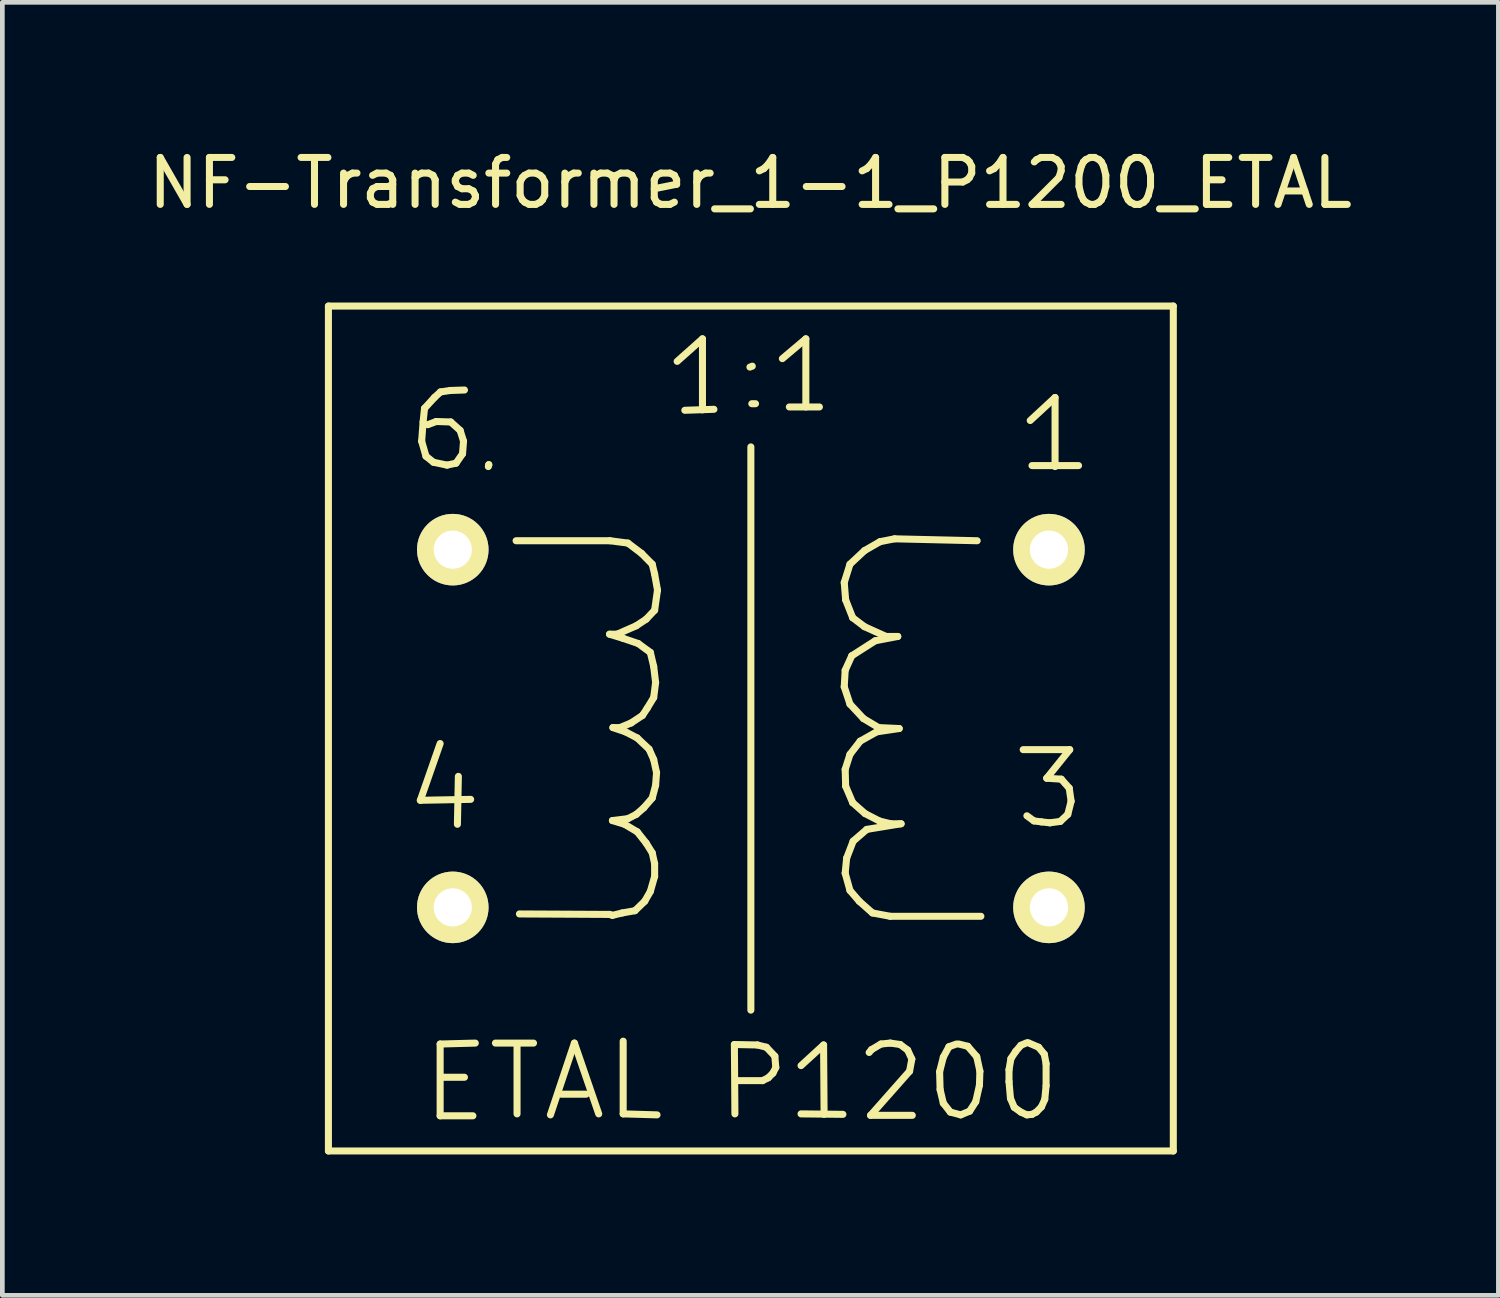
<source format=kicad_pcb>
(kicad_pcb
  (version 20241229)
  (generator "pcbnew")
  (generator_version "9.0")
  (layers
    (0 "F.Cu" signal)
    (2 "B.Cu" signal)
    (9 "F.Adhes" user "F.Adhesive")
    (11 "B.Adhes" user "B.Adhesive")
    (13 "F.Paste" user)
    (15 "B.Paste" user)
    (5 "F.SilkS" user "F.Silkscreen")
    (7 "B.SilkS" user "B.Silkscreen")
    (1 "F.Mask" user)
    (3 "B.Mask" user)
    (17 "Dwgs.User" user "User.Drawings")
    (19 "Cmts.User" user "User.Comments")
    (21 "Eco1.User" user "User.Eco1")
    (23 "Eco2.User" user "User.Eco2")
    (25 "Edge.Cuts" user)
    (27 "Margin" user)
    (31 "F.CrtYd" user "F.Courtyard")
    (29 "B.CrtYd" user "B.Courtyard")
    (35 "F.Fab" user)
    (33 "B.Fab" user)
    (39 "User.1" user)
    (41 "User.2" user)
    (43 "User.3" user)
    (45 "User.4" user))
  (footprint "NF-Transformer_1-1_P1200_ETAL"
    (layer "F.Cu")
    (at 12.945 12.469)
    (property "Reference" "NF-Transformer_1-1_P1200_ETAL" (at -0.01 -11.62 0) (layer "F.SilkS") (effects (font (size 1 1) (thickness 0.15))))
    (attr through_hole)
    (fp_line (start -8.999 -8.999) (end -8.999 8.999) (stroke (width 0.15) (type solid)) (layer "F.SilkS"))
    (fp_line (start -8.999 8.999) (end 8.999 8.999) (stroke (width 0.15) (type solid)) (layer "F.SilkS"))
    (fp_line (start -7.041 1.529) (end -5.969 1.509) (stroke (width 0.15) (type solid)) (layer "F.SilkS"))
    (fp_line (start -7.013 -6.121) (end -6.921 -5.801) (stroke (width 0.15) (type solid)) (layer "F.SilkS"))
    (fp_line (start -6.982 -6.53) (end -7.013 -6.121) (stroke (width 0.15) (type solid)) (layer "F.SilkS"))
    (fp_line (start -6.952 -6.82) (end -6.982 -6.53) (stroke (width 0.15) (type solid)) (layer "F.SilkS"))
    (fp_line (start -6.921 -5.801) (end -6.761 -5.672) (stroke (width 0.15) (type solid)) (layer "F.SilkS"))
    (fp_line (start -6.761 -5.672) (end -6.472 -5.611) (stroke (width 0.15) (type solid)) (layer "F.SilkS"))
    (fp_line (start -6.741 -7.051) (end -6.952 -6.82) (stroke (width 0.15) (type solid)) (layer "F.SilkS"))
    (fp_line (start -6.703 -6.54) (end -6.883 -6.472) (stroke (width 0.15) (type solid)) (layer "F.SilkS"))
    (fp_line (start -6.619 0.32) (end -7.041 1.529) (stroke (width 0.15) (type solid)) (layer "F.SilkS"))
    (fp_line (start -6.619 6.721) (end -6.619 8.25) (stroke (width 0.15) (type solid)) (layer "F.SilkS"))
    (fp_line (start -6.619 8.25) (end -5.921 8.25) (stroke (width 0.15) (type solid)) (layer "F.SilkS"))
    (fp_line (start -6.612 -7.17) (end -6.741 -7.051) (stroke (width 0.15) (type solid)) (layer "F.SilkS"))
    (fp_line (start -6.551 7.429) (end -6.101 7.429) (stroke (width 0.15) (type solid)) (layer "F.SilkS"))
    (fp_line (start -6.472 -5.611) (end -6.281 -5.652) (stroke (width 0.15) (type solid)) (layer "F.SilkS"))
    (fp_line (start -6.403 -7.201) (end -6.612 -7.17) (stroke (width 0.15) (type solid)) (layer "F.SilkS"))
    (fp_line (start -6.393 -6.53) (end -6.703 -6.54) (stroke (width 0.15) (type solid)) (layer "F.SilkS"))
    (fp_line (start -6.281 -5.652) (end -6.142 -5.852) (stroke (width 0.15) (type solid)) (layer "F.SilkS"))
    (fp_line (start -6.231 1.019) (end -6.251 2.04) (stroke (width 0.15) (type solid)) (layer "F.SilkS"))
    (fp_line (start -6.193 -6.35) (end -6.393 -6.53) (stroke (width 0.15) (type solid)) (layer "F.SilkS"))
    (fp_line (start -6.142 -5.852) (end -6.121 -6.121) (stroke (width 0.15) (type solid)) (layer "F.SilkS"))
    (fp_line (start -6.121 -6.121) (end -6.193 -6.35) (stroke (width 0.15) (type solid)) (layer "F.SilkS"))
    (fp_line (start -6.101 -7.211) (end -6.403 -7.201) (stroke (width 0.15) (type solid)) (layer "F.SilkS"))
    (fp_line (start -5.87 6.701) (end -6.619 6.721) (stroke (width 0.15) (type solid)) (layer "F.SilkS"))
    (fp_line (start -5.593 -5.58) (end -5.583 -5.621) (stroke (width 0.15) (type solid)) (layer "F.SilkS"))
    (fp_line (start -5.583 -5.621) (end -5.583 -5.611) (stroke (width 0.15) (type solid)) (layer "F.SilkS"))
    (fp_line (start -5.441 6.701) (end -4.63 6.701) (stroke (width 0.15) (type solid)) (layer "F.SilkS"))
    (fp_line (start -5.001 -4) (end -3 -4) (stroke (width 0.15) (type solid)) (layer "F.SilkS"))
    (fp_line (start -4.981 8.209) (end -4.981 6.741) (stroke (width 0.15) (type solid)) (layer "F.SilkS"))
    (fp_line (start -4.27 8.23) (end -3.759 6.701) (stroke (width 0.15) (type solid)) (layer "F.SilkS"))
    (fp_line (start -4.041 7.79) (end -3.51 7.79) (stroke (width 0.15) (type solid)) (layer "F.SilkS"))
    (fp_line (start -3.759 6.701) (end -3.241 8.209) (stroke (width 0.15) (type solid)) (layer "F.SilkS"))
    (fp_line (start -3.01 -2.009) (end -2.72 -1.92) (stroke (width 0.15) (type solid)) (layer "F.SilkS"))
    (fp_line (start -3.01 3.96) (end -4.93 3.95) (stroke (width 0.15) (type solid)) (layer "F.SilkS"))
    (fp_line (start -3 -4) (end -2.619 -3.95) (stroke (width 0.15) (type solid)) (layer "F.SilkS"))
    (fp_line (start -2.949 1.961) (end -2.69 2.04) (stroke (width 0.15) (type solid)) (layer "F.SilkS"))
    (fp_line (start -2.949 3.98) (end -3.01 3.96) (stroke (width 0.15) (type solid)) (layer "F.SilkS"))
    (fp_line (start -2.939 -0.02) (end -2.67 0.071) (stroke (width 0.15) (type solid)) (layer "F.SilkS"))
    (fp_line (start -2.85 -2.009) (end -3.01 -2.009) (stroke (width 0.15) (type solid)) (layer "F.SilkS"))
    (fp_line (start -2.789 -0.02) (end -2.939 -0.02) (stroke (width 0.15) (type solid)) (layer "F.SilkS"))
    (fp_line (start -2.741 3.929) (end -2.949 3.98) (stroke (width 0.15) (type solid)) (layer "F.SilkS"))
    (fp_line (start -2.72 -1.92) (end -2.4 -1.811) (stroke (width 0.15) (type solid)) (layer "F.SilkS"))
    (fp_line (start -2.72 6.66) (end -2.72 8.209) (stroke (width 0.15) (type solid)) (layer "F.SilkS"))
    (fp_line (start -2.72 8.209) (end -1.999 8.23) (stroke (width 0.15) (type solid)) (layer "F.SilkS"))
    (fp_line (start -2.69 2.04) (end -2.421 2.2) (stroke (width 0.15) (type solid)) (layer "F.SilkS"))
    (fp_line (start -2.67 0.071) (end -2.421 0.201) (stroke (width 0.15) (type solid)) (layer "F.SilkS"))
    (fp_line (start -2.619 -3.95) (end -2.329 -3.731) (stroke (width 0.15) (type solid)) (layer "F.SilkS"))
    (fp_line (start -2.619 1.92) (end -2.949 1.961) (stroke (width 0.15) (type solid)) (layer "F.SilkS"))
    (fp_line (start -2.55 -0.119) (end -2.789 -0.02) (stroke (width 0.15) (type solid)) (layer "F.SilkS"))
    (fp_line (start -2.469 3.881) (end -2.741 3.929) (stroke (width 0.15) (type solid)) (layer "F.SilkS"))
    (fp_line (start -2.441 -2.189) (end -2.85 -2.009) (stroke (width 0.15) (type solid)) (layer "F.SilkS"))
    (fp_line (start -2.441 1.829) (end -2.619 1.92) (stroke (width 0.15) (type solid)) (layer "F.SilkS"))
    (fp_line (start -2.421 0.201) (end -2.169 0.439) (stroke (width 0.15) (type solid)) (layer "F.SilkS"))
    (fp_line (start -2.421 2.2) (end -2.23 2.441) (stroke (width 0.15) (type solid)) (layer "F.SilkS"))
    (fp_line (start -2.4 -1.811) (end -2.141 -1.621) (stroke (width 0.15) (type solid)) (layer "F.SilkS"))
    (fp_line (start -2.329 -3.731) (end -2.101 -3.5) (stroke (width 0.15) (type solid)) (layer "F.SilkS"))
    (fp_line (start -2.309 -0.279) (end -2.55 -0.119) (stroke (width 0.15) (type solid)) (layer "F.SilkS"))
    (fp_line (start -2.281 1.689) (end -2.441 1.829) (stroke (width 0.15) (type solid)) (layer "F.SilkS"))
    (fp_line (start -2.261 3.68) (end -2.469 3.881) (stroke (width 0.15) (type solid)) (layer "F.SilkS"))
    (fp_line (start -2.23 -2.329) (end -2.441 -2.189) (stroke (width 0.15) (type solid)) (layer "F.SilkS"))
    (fp_line (start -2.23 2.441) (end -2.101 2.649) (stroke (width 0.15) (type solid)) (layer "F.SilkS"))
    (fp_line (start -2.21 -0.429) (end -2.309 -0.279) (stroke (width 0.15) (type solid)) (layer "F.SilkS"))
    (fp_line (start -2.169 0.439) (end -2.07 0.66) (stroke (width 0.15) (type solid)) (layer "F.SilkS"))
    (fp_line (start -2.141 -1.621) (end -2.07 -1.321) (stroke (width 0.15) (type solid)) (layer "F.SilkS"))
    (fp_line (start -2.141 3.47) (end -2.261 3.68) (stroke (width 0.15) (type solid)) (layer "F.SilkS"))
    (fp_line (start -2.101 -3.5) (end -2.05 -3.289) (stroke (width 0.15) (type solid)) (layer "F.SilkS"))
    (fp_line (start -2.101 1.481) (end -2.281 1.689) (stroke (width 0.15) (type solid)) (layer "F.SilkS"))
    (fp_line (start -2.101 2.649) (end -2.05 2.88) (stroke (width 0.15) (type solid)) (layer "F.SilkS"))
    (fp_line (start -2.07 -1.321) (end -2.029 -0.98) (stroke (width 0.15) (type solid)) (layer "F.SilkS"))
    (fp_line (start -2.07 -0.66) (end -2.21 -0.429) (stroke (width 0.15) (type solid)) (layer "F.SilkS"))
    (fp_line (start -2.07 0.66) (end -2.009 0.94) (stroke (width 0.15) (type solid)) (layer "F.SilkS"))
    (fp_line (start -2.05 -3.289) (end -1.989 -2.949) (stroke (width 0.15) (type solid)) (layer "F.SilkS"))
    (fp_line (start -2.05 -2.52) (end -2.23 -2.329) (stroke (width 0.15) (type solid)) (layer "F.SilkS"))
    (fp_line (start -2.05 2.88) (end -2.05 3.15) (stroke (width 0.15) (type solid)) (layer "F.SilkS"))
    (fp_line (start -2.05 3.15) (end -2.141 3.47) (stroke (width 0.15) (type solid)) (layer "F.SilkS"))
    (fp_line (start -2.029 -0.98) (end -2.07 -0.66) (stroke (width 0.15) (type solid)) (layer "F.SilkS"))
    (fp_line (start -2.029 1.209) (end -2.101 1.481) (stroke (width 0.15) (type solid)) (layer "F.SilkS"))
    (fp_line (start -2.009 0.94) (end -2.029 1.209) (stroke (width 0.15) (type solid)) (layer "F.SilkS"))
    (fp_line (start -1.989 -2.949) (end -2.05 -2.52) (stroke (width 0.15) (type solid)) (layer "F.SilkS"))
    (fp_line (start -1.57 -7.821) (end -1.031 -8.301) (stroke (width 0.15) (type solid)) (layer "F.SilkS"))
    (fp_line (start -1.407 -6.779) (end -0.787 -6.8) (stroke (width 0.15) (type solid)) (layer "F.SilkS"))
    (fp_line (start -1.031 -8.301) (end -1.031 -6.789) (stroke (width 0.15) (type solid)) (layer "F.SilkS"))
    (fp_line (start -0.351 6.731) (end 0.14 6.741) (stroke (width 0.15) (type solid)) (layer "F.SilkS"))
    (fp_line (start -0.34 8.209) (end -0.351 6.731) (stroke (width 0.15) (type solid)) (layer "F.SilkS"))
    (fp_line (start 0 -5.999) (end 0 5.999) (stroke (width 0.15) (type solid)) (layer "F.SilkS"))
    (fp_line (start 0.03 -7.719) (end -0.02 -7.699) (stroke (width 0.15) (type solid)) (layer "F.SilkS"))
    (fp_line (start 0.099 -6.919) (end 0.02 -6.919) (stroke (width 0.15) (type solid)) (layer "F.SilkS"))
    (fp_line (start 0.14 6.741) (end 0.33 6.789) (stroke (width 0.15) (type solid)) (layer "F.SilkS"))
    (fp_line (start 0.249 7.501) (end -0.269 7.501) (stroke (width 0.15) (type solid)) (layer "F.SilkS"))
    (fp_line (start 0.33 6.789) (end 0.511 6.98) (stroke (width 0.15) (type solid)) (layer "F.SilkS"))
    (fp_line (start 0.371 7.44) (end 0.249 7.501) (stroke (width 0.15) (type solid)) (layer "F.SilkS"))
    (fp_line (start 0.47 7.341) (end 0.371 7.44) (stroke (width 0.15) (type solid)) (layer "F.SilkS"))
    (fp_line (start 0.511 6.98) (end 0.531 7.221) (stroke (width 0.15) (type solid)) (layer "F.SilkS"))
    (fp_line (start 0.531 7.221) (end 0.47 7.341) (stroke (width 0.15) (type solid)) (layer "F.SilkS"))
    (fp_line (start 0.671 -7.879) (end 1.171 -8.301) (stroke (width 0.15) (type solid)) (layer "F.SilkS"))
    (fp_line (start 0.82 -6.85) (end 1.46 -6.85) (stroke (width 0.15) (type solid)) (layer "F.SilkS"))
    (fp_line (start 1.069 7.181) (end 1.549 6.741) (stroke (width 0.15) (type solid)) (layer "F.SilkS"))
    (fp_line (start 1.069 8.209) (end 1.961 8.219) (stroke (width 0.15) (type solid)) (layer "F.SilkS"))
    (fp_line (start 1.171 -8.301) (end 1.171 -6.85) (stroke (width 0.15) (type solid)) (layer "F.SilkS"))
    (fp_line (start 1.549 6.741) (end 1.56 8.219) (stroke (width 0.15) (type solid)) (layer "F.SilkS"))
    (fp_line (start 1.989 -3.109) (end 2.019 -2.741) (stroke (width 0.15) (type solid)) (layer "F.SilkS"))
    (fp_line (start 1.989 -0.889) (end 2.111 -0.521) (stroke (width 0.15) (type solid)) (layer "F.SilkS"))
    (fp_line (start 2.009 -1.24) (end 1.989 -0.889) (stroke (width 0.15) (type solid)) (layer "F.SilkS"))
    (fp_line (start 2.009 0.871) (end 2.019 1.229) (stroke (width 0.15) (type solid)) (layer "F.SilkS"))
    (fp_line (start 2.009 3.081) (end 2.111 3.449) (stroke (width 0.15) (type solid)) (layer "F.SilkS"))
    (fp_line (start 2.019 -2.741) (end 2.169 -2.36) (stroke (width 0.15) (type solid)) (layer "F.SilkS"))
    (fp_line (start 2.019 1.229) (end 2.169 1.58) (stroke (width 0.15) (type solid)) (layer "F.SilkS"))
    (fp_line (start 2.04 2.761) (end 2.009 3.081) (stroke (width 0.15) (type solid)) (layer "F.SilkS"))
    (fp_line (start 2.111 -3.5) (end 1.989 -3.109) (stroke (width 0.15) (type solid)) (layer "F.SilkS"))
    (fp_line (start 2.111 -0.521) (end 2.4 -0.211) (stroke (width 0.15) (type solid)) (layer "F.SilkS"))
    (fp_line (start 2.111 0.551) (end 2.009 0.871) (stroke (width 0.15) (type solid)) (layer "F.SilkS"))
    (fp_line (start 2.111 3.449) (end 2.309 3.68) (stroke (width 0.15) (type solid)) (layer "F.SilkS"))
    (fp_line (start 2.149 -1.549) (end 2.009 -1.24) (stroke (width 0.15) (type solid)) (layer "F.SilkS"))
    (fp_line (start 2.169 -2.36) (end 2.421 -2.169) (stroke (width 0.15) (type solid)) (layer "F.SilkS"))
    (fp_line (start 2.169 1.58) (end 2.431 1.811) (stroke (width 0.15) (type solid)) (layer "F.SilkS"))
    (fp_line (start 2.179 2.4) (end 2.04 2.761) (stroke (width 0.15) (type solid)) (layer "F.SilkS"))
    (fp_line (start 2.309 3.68) (end 2.591 3.929) (stroke (width 0.15) (type solid)) (layer "F.SilkS"))
    (fp_line (start 2.329 0.269) (end 2.111 0.551) (stroke (width 0.15) (type solid)) (layer "F.SilkS"))
    (fp_line (start 2.4 -0.211) (end 2.72 -0.02) (stroke (width 0.15) (type solid)) (layer "F.SilkS"))
    (fp_line (start 2.421 -3.79) (end 2.111 -3.5) (stroke (width 0.15) (type solid)) (layer "F.SilkS"))
    (fp_line (start 2.421 -2.169) (end 2.88 -1.961) (stroke (width 0.15) (type solid)) (layer "F.SilkS"))
    (fp_line (start 2.431 1.811) (end 2.741 1.971) (stroke (width 0.15) (type solid)) (layer "F.SilkS"))
    (fp_line (start 2.469 2.149) (end 2.179 2.4) (stroke (width 0.15) (type solid)) (layer "F.SilkS"))
    (fp_line (start 2.52 6.901) (end 2.57 6.84) (stroke (width 0.15) (type solid)) (layer "F.SilkS"))
    (fp_line (start 2.55 8.24) (end 3.439 8.24) (stroke (width 0.15) (type solid)) (layer "F.SilkS"))
    (fp_line (start 2.57 6.84) (end 2.771 6.721) (stroke (width 0.15) (type solid)) (layer "F.SilkS"))
    (fp_line (start 2.591 3.929) (end 2.969 4) (stroke (width 0.15) (type solid)) (layer "F.SilkS"))
    (fp_line (start 2.649 -1.869) (end 2.149 -1.549) (stroke (width 0.15) (type solid)) (layer "F.SilkS"))
    (fp_line (start 2.68 0.071) (end 2.329 0.269) (stroke (width 0.15) (type solid)) (layer "F.SilkS"))
    (fp_line (start 2.72 -0.02) (end 3.16 0) (stroke (width 0.15) (type solid)) (layer "F.SilkS"))
    (fp_line (start 2.741 1.971) (end 2.979 2.029) (stroke (width 0.15) (type solid)) (layer "F.SilkS"))
    (fp_line (start 2.751 -3.98) (end 2.421 -3.79) (stroke (width 0.15) (type solid)) (layer "F.SilkS"))
    (fp_line (start 2.771 6.721) (end 2.969 6.701) (stroke (width 0.15) (type solid)) (layer "F.SilkS"))
    (fp_line (start 2.88 -1.961) (end 3.129 -1.961) (stroke (width 0.15) (type solid)) (layer "F.SilkS"))
    (fp_line (start 2.969 4) (end 4.9 4) (stroke (width 0.15) (type solid)) (layer "F.SilkS"))
    (fp_line (start 2.969 6.701) (end 3.18 6.731) (stroke (width 0.15) (type solid)) (layer "F.SilkS"))
    (fp_line (start 2.979 2.029) (end 3.2 2.029) (stroke (width 0.15) (type solid)) (layer "F.SilkS"))
    (fp_line (start 3.061 -4.041) (end 2.751 -3.98) (stroke (width 0.15) (type solid)) (layer "F.SilkS"))
    (fp_line (start 3.129 -1.961) (end 2.649 -1.869) (stroke (width 0.15) (type solid)) (layer "F.SilkS"))
    (fp_line (start 3.16 0) (end 2.68 0.071) (stroke (width 0.15) (type solid)) (layer "F.SilkS"))
    (fp_line (start 3.18 6.731) (end 3.34 6.85) (stroke (width 0.15) (type solid)) (layer "F.SilkS"))
    (fp_line (start 3.2 2.029) (end 2.469 2.149) (stroke (width 0.15) (type solid)) (layer "F.SilkS"))
    (fp_line (start 3.34 6.85) (end 3.429 7.041) (stroke (width 0.15) (type solid)) (layer "F.SilkS"))
    (fp_line (start 3.381 7.3) (end 2.55 8.24) (stroke (width 0.15) (type solid)) (layer "F.SilkS"))
    (fp_line (start 3.429 7.041) (end 3.381 7.3) (stroke (width 0.15) (type solid)) (layer "F.SilkS"))
    (fp_line (start 4.021 7.31) (end 4.1 7) (stroke (width 0.15) (type solid)) (layer "F.SilkS"))
    (fp_line (start 4.031 7.691) (end 4.021 7.31) (stroke (width 0.15) (type solid)) (layer "F.SilkS"))
    (fp_line (start 4.1 7) (end 4.219 6.779) (stroke (width 0.15) (type solid)) (layer "F.SilkS"))
    (fp_line (start 4.1 7.981) (end 4.031 7.691) (stroke (width 0.15) (type solid)) (layer "F.SilkS"))
    (fp_line (start 4.219 6.779) (end 4.379 6.721) (stroke (width 0.15) (type solid)) (layer "F.SilkS"))
    (fp_line (start 4.249 8.171) (end 4.1 7.981) (stroke (width 0.15) (type solid)) (layer "F.SilkS"))
    (fp_line (start 4.43 6.721) (end 4.62 6.769) (stroke (width 0.15) (type solid)) (layer "F.SilkS"))
    (fp_line (start 4.47 8.23) (end 4.249 8.171) (stroke (width 0.15) (type solid)) (layer "F.SilkS"))
    (fp_line (start 4.62 6.769) (end 4.811 6.99) (stroke (width 0.15) (type solid)) (layer "F.SilkS"))
    (fp_line (start 4.661 8.151) (end 4.47 8.23) (stroke (width 0.15) (type solid)) (layer "F.SilkS"))
    (fp_line (start 4.79 7.95) (end 4.661 8.151) (stroke (width 0.15) (type solid)) (layer "F.SilkS"))
    (fp_line (start 4.811 6.99) (end 4.879 7.3) (stroke (width 0.15) (type solid)) (layer "F.SilkS"))
    (fp_line (start 4.821 -4) (end 3.061 -4.041) (stroke (width 0.15) (type solid)) (layer "F.SilkS"))
    (fp_line (start 4.869 7.6) (end 4.79 7.95) (stroke (width 0.15) (type solid)) (layer "F.SilkS"))
    (fp_line (start 4.879 7.3) (end 4.869 7.6) (stroke (width 0.15) (type solid)) (layer "F.SilkS"))
    (fp_line (start 5.499 7.269) (end 5.54 7.031) (stroke (width 0.15) (type solid)) (layer "F.SilkS"))
    (fp_line (start 5.499 7.521) (end 5.499 7.269) (stroke (width 0.15) (type solid)) (layer "F.SilkS"))
    (fp_line (start 5.53 7.879) (end 5.499 7.521) (stroke (width 0.15) (type solid)) (layer "F.SilkS"))
    (fp_line (start 5.54 7.031) (end 5.639 6.881) (stroke (width 0.15) (type solid)) (layer "F.SilkS"))
    (fp_line (start 5.611 8.07) (end 5.53 7.879) (stroke (width 0.15) (type solid)) (layer "F.SilkS"))
    (fp_line (start 5.639 6.881) (end 5.751 6.749) (stroke (width 0.15) (type solid)) (layer "F.SilkS"))
    (fp_line (start 5.751 6.749) (end 5.86 6.701) (stroke (width 0.15) (type solid)) (layer "F.SilkS"))
    (fp_line (start 5.751 8.171) (end 5.611 8.07) (stroke (width 0.15) (type solid)) (layer "F.SilkS"))
    (fp_line (start 5.801 0.45) (end 6.792 0.45) (stroke (width 0.15) (type solid)) (layer "F.SilkS"))
    (fp_line (start 5.88 8.23) (end 5.751 8.171) (stroke (width 0.15) (type solid)) (layer "F.SilkS"))
    (fp_line (start 5.9 6.69) (end 6.129 6.789) (stroke (width 0.15) (type solid)) (layer "F.SilkS"))
    (fp_line (start 5.951 -6.561) (end 6.48 -7.051) (stroke (width 0.15) (type solid)) (layer "F.SilkS"))
    (fp_line (start 5.989 -5.601) (end 6.98 -5.601) (stroke (width 0.15) (type solid)) (layer "F.SilkS"))
    (fp_line (start 5.989 8.219) (end 5.88 8.23) (stroke (width 0.15) (type solid)) (layer "F.SilkS"))
    (fp_line (start 6.03 1.968) (end 5.88 1.859) (stroke (width 0.15) (type solid)) (layer "F.SilkS"))
    (fp_line (start 6.081 8.171) (end 5.989 8.219) (stroke (width 0.15) (type solid)) (layer "F.SilkS"))
    (fp_line (start 6.129 6.789) (end 6.251 6.939) (stroke (width 0.15) (type solid)) (layer "F.SilkS"))
    (fp_line (start 6.19 1.989) (end 6.03 1.968) (stroke (width 0.15) (type solid)) (layer "F.SilkS"))
    (fp_line (start 6.19 8.059) (end 6.081 8.171) (stroke (width 0.15) (type solid)) (layer "F.SilkS"))
    (fp_line (start 6.251 6.939) (end 6.289 7.14) (stroke (width 0.15) (type solid)) (layer "F.SilkS"))
    (fp_line (start 6.261 7.899) (end 6.19 8.059) (stroke (width 0.15) (type solid)) (layer "F.SilkS"))
    (fp_line (start 6.289 7.14) (end 6.289 7.61) (stroke (width 0.15) (type solid)) (layer "F.SilkS"))
    (fp_line (start 6.289 7.61) (end 6.261 7.899) (stroke (width 0.15) (type solid)) (layer "F.SilkS"))
    (fp_line (start 6.302 1.059) (end 6.612 1.079) (stroke (width 0.15) (type solid)) (layer "F.SilkS"))
    (fp_line (start 6.37 2.009) (end 6.19 1.989) (stroke (width 0.15) (type solid)) (layer "F.SilkS"))
    (fp_line (start 6.48 -7.051) (end 6.48 -5.58) (stroke (width 0.15) (type solid)) (layer "F.SilkS"))
    (fp_line (start 6.591 1.979) (end 6.37 2.009) (stroke (width 0.15) (type solid)) (layer "F.SilkS"))
    (fp_line (start 6.612 1.079) (end 6.782 1.27) (stroke (width 0.15) (type solid)) (layer "F.SilkS"))
    (fp_line (start 6.751 1.829) (end 6.591 1.979) (stroke (width 0.15) (type solid)) (layer "F.SilkS"))
    (fp_line (start 6.782 1.27) (end 6.822 1.549) (stroke (width 0.15) (type solid)) (layer "F.SilkS"))
    (fp_line (start 6.792 0.45) (end 6.302 1.059) (stroke (width 0.15) (type solid)) (layer "F.SilkS"))
    (fp_line (start 6.822 1.549) (end 6.751 1.829) (stroke (width 0.15) (type solid)) (layer "F.SilkS"))
    (fp_line (start 8.999 -8.999) (end -8.999 -8.999) (stroke (width 0.15) (type solid)) (layer "F.SilkS"))
    (fp_line (start 8.999 8.999) (end 8.999 -8.999) (stroke (width 0.15) (type solid)) (layer "F.SilkS"))
    (pad "1" thru_hole circle (at 6.35 -3.81) (size 1.524 1.524) (drill 0.813) (layers "*.Cu" "*.Mask" "F.SilkS"))
    (pad "3" thru_hole circle (at 6.35 3.81) (size 1.524 1.524) (drill 0.813) (layers "*.Cu" "*.Mask" "F.SilkS"))
    (pad "4" thru_hole circle (at -6.35 3.81) (size 1.524 1.524) (drill 0.813) (layers "*.Cu" "*.Mask" "F.SilkS"))
    (pad "6" thru_hole circle (at -6.35 -3.81) (size 1.524 1.524) (drill 0.813) (layers "*.Cu" "*.Mask" "F.SilkS")))
  (gr_rect
    (start -3 -3)
    (end 28.869 24.543)
    (stroke (width 0.1) (type default))
    (fill no)
    (layer "Edge.Cuts")))
</source>
